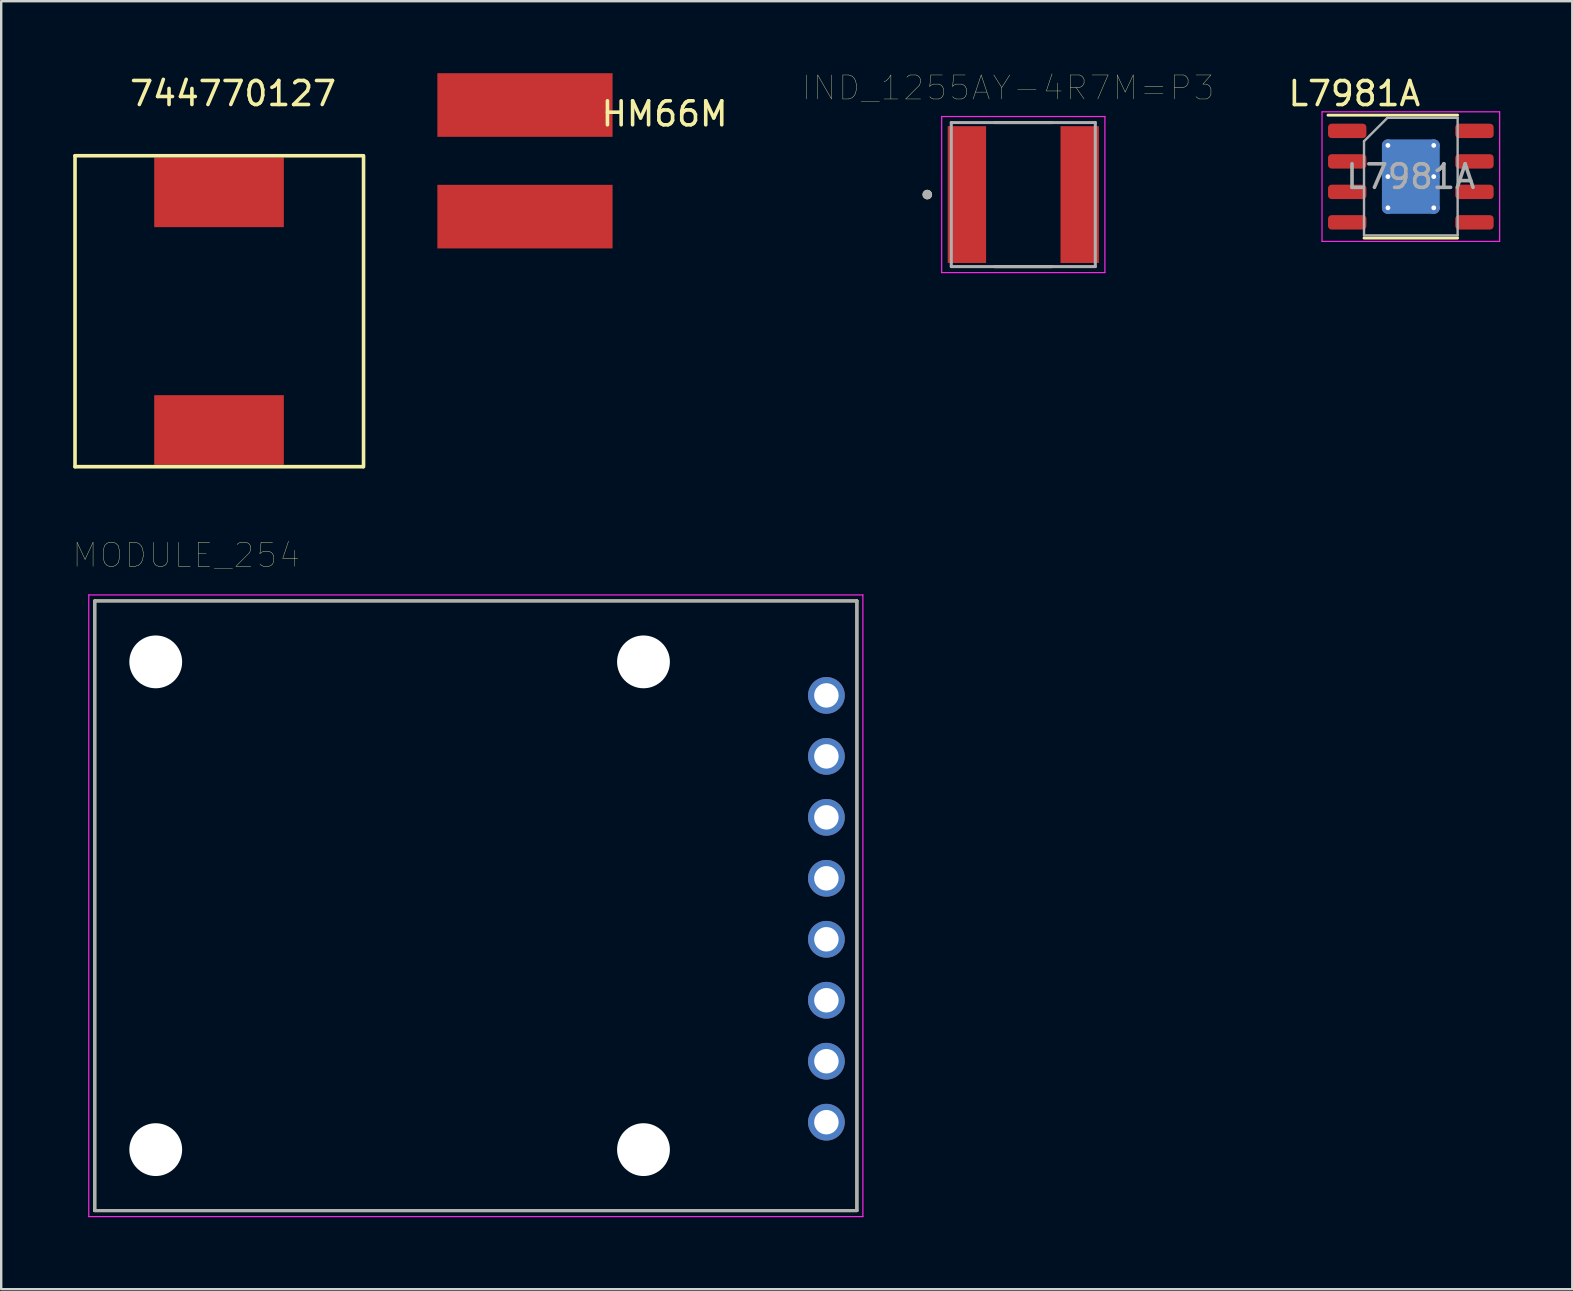
<source format=kicad_pcb>
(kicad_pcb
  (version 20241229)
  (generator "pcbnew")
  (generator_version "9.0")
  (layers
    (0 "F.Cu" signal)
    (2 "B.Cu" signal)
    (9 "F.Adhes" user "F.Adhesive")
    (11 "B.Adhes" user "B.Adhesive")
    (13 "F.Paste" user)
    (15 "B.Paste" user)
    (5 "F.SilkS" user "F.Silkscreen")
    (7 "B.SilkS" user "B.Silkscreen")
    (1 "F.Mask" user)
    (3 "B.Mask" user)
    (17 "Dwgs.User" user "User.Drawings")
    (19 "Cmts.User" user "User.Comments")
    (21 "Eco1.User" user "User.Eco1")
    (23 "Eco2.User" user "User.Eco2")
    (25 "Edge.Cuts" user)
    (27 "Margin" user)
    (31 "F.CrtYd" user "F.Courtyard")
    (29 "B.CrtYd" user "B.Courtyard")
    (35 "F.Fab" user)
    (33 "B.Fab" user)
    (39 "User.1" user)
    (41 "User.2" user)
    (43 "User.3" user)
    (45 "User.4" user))
  (footprint "744770127"
    (layer "F.Cu")
    (at 6.075 4.963)
    (property "Reference" "744770127" (at 0.584 -4.115 0) (layer "F.SilkS") (effects (font (size 1 1) (thickness 0.15))))
    (attr through_hole)
    (fp_line (start -6 -1.524) (end 6 -1.524) (stroke (width 0.15) (type solid)) (layer "F.SilkS"))
    (fp_line (start -6 11.43) (end -6 -1.524) (stroke (width 0.15) (type solid)) (layer "F.SilkS"))
    (fp_line (start -6 11.43) (end 6 11.43) (stroke (width 0.15) (type solid)) (layer "F.SilkS"))
    (fp_line (start 6.02 11.43) (end 6.02 -1.524) (stroke (width 0.15) (type solid)) (layer "F.SilkS"))
    (pad "1" smd rect (at 0 0) (size 5.4 2.9) (layers "F.Cu" "F.Mask" "F.Paste"))
    (pad "2" smd rect (at 0 9.9) (size 5.4 2.9) (layers "F.Cu" "F.Mask" "F.Paste")))
  (footprint "MODULE_254"
    (layer "F.Cu")
    (at 16.773 34.684)
    (property "Reference" "MODULE_254" (at -12.065 -14.605 0) (layer "F.SilkS") (effects (font (size 1 1) (thickness 0.015))))
    (attr through_hole)
    (fp_line (start -15.875 -12.7) (end 15.875 -12.7) (stroke (width 0.127) (type solid)) (layer "F.SilkS"))
    (fp_line (start -15.875 12.7) (end -15.875 -12.7) (stroke (width 0.127) (type solid)) (layer "F.SilkS"))
    (fp_line (start 15.875 -12.7) (end 15.875 12.7) (stroke (width 0.127) (type solid)) (layer "F.SilkS"))
    (fp_line (start 15.875 12.7) (end -15.875 12.7) (stroke (width 0.127) (type solid)) (layer "F.SilkS"))
    (fp_line (start -16.125 -12.95) (end 16.125 -12.95) (stroke (width 0.05) (type solid)) (layer "F.CrtYd"))
    (fp_line (start -16.125 12.95) (end -16.125 -12.95) (stroke (width 0.05) (type solid)) (layer "F.CrtYd"))
    (fp_line (start 16.125 -12.95) (end 16.125 12.95) (stroke (width 0.05) (type solid)) (layer "F.CrtYd"))
    (fp_line (start 16.125 12.95) (end -16.125 12.95) (stroke (width 0.05) (type solid)) (layer "F.CrtYd"))
    (fp_line (start -15.875 -12.7) (end 15.875 -12.7) (stroke (width 0.127) (type solid)) (layer "F.Fab"))
    (fp_line (start -15.875 12.7) (end -15.875 -12.7) (stroke (width 0.127) (type solid)) (layer "F.Fab"))
    (fp_line (start 15.875 -12.7) (end 15.875 12.7) (stroke (width 0.127) (type solid)) (layer "F.Fab"))
    (fp_line (start 15.875 12.7) (end -15.875 12.7) (stroke (width 0.127) (type solid)) (layer "F.Fab"))
    (pad "" np_thru_hole circle (at -13.335 -10.16) (size 2.2 2.2) (drill 2.2) (layers "*.Cu" "*.Mask"))
    (pad "" np_thru_hole circle (at -13.335 10.16) (size 2.2 2.2) (drill 2.2) (layers "*.Cu" "*.Mask"))
    (pad "" np_thru_hole circle (at 6.985 -10.16) (size 2.2 2.2) (drill 2.2) (layers "*.Cu" "*.Mask"))
    (pad "" np_thru_hole circle (at 6.985 10.16) (size 2.2 2.2) (drill 2.2) (layers "*.Cu" "*.Mask"))
    (pad "3V" thru_hole circle (at 14.605 6.477) (size 1.53 1.53) (drill 1.02) (layers "*.Cu" "*.Mask"))
    (pad "5V" thru_hole circle (at 14.605 9.017) (size 1.53 1.53) (drill 1.02) (layers "*.Cu" "*.Mask"))
    (pad "CD" thru_hole circle (at 14.605 -8.763) (size 1.53 1.53) (drill 1.02) (layers "*.Cu" "*.Mask"))
    (pad "CLK" thru_hole circle (at 14.605 1.397) (size 1.53 1.53) (drill 1.02) (layers "*.Cu" "*.Mask"))
    (pad "CS" thru_hole circle (at 14.605 -6.223) (size 1.53 1.53) (drill 1.02) (layers "*.Cu" "*.Mask"))
    (pad "DI" thru_hole circle (at 14.605 -3.683) (size 1.53 1.53) (drill 1.02) (layers "*.Cu" "*.Mask"))
    (pad "DO" thru_hole circle (at 14.605 -1.143) (size 1.53 1.53) (drill 1.02) (layers "*.Cu" "*.Mask"))
    (pad "GND" thru_hole circle (at 14.605 3.937) (size 1.53 1.53) (drill 1.02) (layers "*.Cu" "*.Mask")))
  (footprint "L7981A"
    (layer "F.Cu")
    (at 55.421 3.546)
    (property "Reference" "L7981A" (at -2.047 -2.697 0) (layer "F.SilkS") (effects (font (size 1 1) (thickness 0.15))))
    (attr through_hole)
    (fp_line (start -3.145 -1.798) (end 2.255 -1.798) (stroke (width 0.12) (type solid)) (layer "F.SilkS"))
    (fp_line (start -1.645 3.322) (end 2.255 3.322) (stroke (width 0.12) (type solid)) (layer "F.SilkS"))
    (fp_line (start -3.395 -1.938) (end -3.395 3.462) (stroke (width 0.05) (type solid)) (layer "F.CrtYd"))
    (fp_line (start -3.395 3.462) (end 4.005 3.462) (stroke (width 0.05) (type solid)) (layer "F.CrtYd"))
    (fp_line (start 4.005 -1.938) (end -3.395 -1.938) (stroke (width 0.05) (type solid)) (layer "F.CrtYd"))
    (fp_line (start 4.005 3.462) (end 4.005 -1.938) (stroke (width 0.05) (type solid)) (layer "F.CrtYd"))
    (fp_line (start -1.645 -0.713) (end -0.67 -1.688) (stroke (width 0.1) (type solid)) (layer "F.Fab"))
    (fp_line (start -1.645 3.212) (end -1.645 -0.713) (stroke (width 0.1) (type solid)) (layer "F.Fab"))
    (fp_line (start -0.67 -1.688) (end 2.255 -1.688) (stroke (width 0.1) (type solid)) (layer "F.Fab"))
    (fp_line (start 2.255 -1.688) (end 2.255 3.212) (stroke (width 0.1) (type solid)) (layer "F.Fab"))
    (fp_line (start 2.255 3.212) (end -1.645 3.212) (stroke (width 0.1) (type solid)) (layer "F.Fab"))
    (fp_text user "${REFERENCE}" (at 0.305 0.762 0) (layer "F.Fab") (effects (font (size 0.98 0.98) (thickness 0.15))))
    (pad "" smd roundrect (at -0.295 -0.013) (size 0.97 1.25) (layers "F.Paste") (roundrect_rratio 0.25))
    (pad "" smd roundrect (at -0.295 1.537) (size 0.97 1.25) (layers "F.Paste") (roundrect_rratio 0.25))
    (pad "" smd roundrect (at 0.905 -0.013) (size 0.97 1.25) (layers "F.Paste") (roundrect_rratio 0.25))
    (pad "" smd roundrect (at 0.905 1.537) (size 0.97 1.25) (layers "F.Paste") (roundrect_rratio 0.25))
    (pad "1" smd roundrect (at -2.345 -1.143) (size 1.6 0.6) (layers "F.Cu" "F.Mask" "F.Paste") (roundrect_rratio 0.25))
    (pad "2" smd roundrect (at -2.345 0.127) (size 1.6 0.6) (layers "F.Cu" "F.Mask" "F.Paste") (roundrect_rratio 0.25))
    (pad "3" smd roundrect (at -2.345 1.397) (size 1.6 0.6) (layers "F.Cu" "F.Mask" "F.Paste") (roundrect_rratio 0.25))
    (pad "4" smd roundrect (at -2.345 2.667) (size 1.6 0.6) (layers "F.Cu" "F.Mask" "F.Paste") (roundrect_rratio 0.25))
    (pad "5" smd roundrect (at 2.955 2.667) (size 1.6 0.6) (layers "F.Cu" "F.Mask" "F.Paste") (roundrect_rratio 0.25))
    (pad "6" smd roundrect (at 2.955 1.397) (size 1.6 0.6) (layers "F.Cu" "F.Mask" "F.Paste") (roundrect_rratio 0.25))
    (pad "7" smd roundrect (at 2.955 0.127) (size 1.6 0.6) (layers "F.Cu" "F.Mask" "F.Paste") (roundrect_rratio 0.25))
    (pad "8" smd roundrect (at 2.955 -1.143) (size 1.6 0.6) (layers "F.Cu" "F.Mask" "F.Paste") (roundrect_rratio 0.25))
    (pad "9" thru_hole circle (at -0.65 -0.538) (size 0.5 0.5) (drill 0.2) (layers "*.Cu"))
    (pad "9" thru_hole circle (at -0.65 0.762) (size 0.5 0.5) (drill 0.2) (layers "*.Cu"))
    (pad "9" thru_hole circle (at -0.65 2.062) (size 0.5 0.5) (drill 0.2) (layers "*.Cu"))
    (pad "9" smd roundrect (at 0.305 0.762) (size 2.3 2.3) (layers "F.Cu" "F.Mask") (roundrect_rratio 0.104))
    (pad "9" smd roundrect (at 0.305 0.762) (size 2.41 3.1) (layers "B.Cu") (roundrect_rratio 0.104))
    (pad "9" thru_hole circle (at 1.26 -0.538) (size 0.5 0.5) (drill 0.2) (layers "*.Cu"))
    (pad "9" thru_hole circle (at 1.26 0.762) (size 0.5 0.5) (drill 0.2) (layers "*.Cu"))
    (pad "9" thru_hole circle (at 1.26 2.062) (size 0.5 0.5) (drill 0.2) (layers "*.Cu")))
  (footprint "IND_1255AY-4R7M=P3"
    (layer "F.Cu")
    (at 39.581 5.056)
    (property "Reference" "IND_1255AY-4R7M=P3" (at -0.635 -4.445 0) (layer "F.SilkS") (effects (font (size 1 1) (thickness 0.015))))
    (attr through_hole)
    (fp_line (start -1.2 -3) (end 1.2 -3) (stroke (width 0.127) (type solid)) (layer "F.SilkS"))
    (fp_line (start -1.2 3) (end 1.2 3) (stroke (width 0.127) (type solid)) (layer "F.SilkS"))
    (fp_circle (center -4 0) (end -3.9 0) (stroke (width 0.2) (type solid)) (fill no) (layer "F.SilkS"))
    (fp_line (start -3.4 -3.25) (end 3.4 -3.25) (stroke (width 0.05) (type solid)) (layer "F.CrtYd"))
    (fp_line (start -3.4 3.25) (end -3.4 -3.25) (stroke (width 0.05) (type solid)) (layer "F.CrtYd"))
    (fp_line (start 3.4 -3.25) (end 3.4 3.25) (stroke (width 0.05) (type solid)) (layer "F.CrtYd"))
    (fp_line (start 3.4 3.25) (end -3.4 3.25) (stroke (width 0.05) (type solid)) (layer "F.CrtYd"))
    (fp_line (start -3 -3) (end 3 -3) (stroke (width 0.127) (type solid)) (layer "F.Fab"))
    (fp_line (start -3 3) (end -3 -3) (stroke (width 0.127) (type solid)) (layer "F.Fab"))
    (fp_line (start 3 -3) (end 3 3) (stroke (width 0.127) (type solid)) (layer "F.Fab"))
    (fp_line (start 3 3) (end -3 3) (stroke (width 0.127) (type solid)) (layer "F.Fab"))
    (fp_circle (center -4 0) (end -3.9 0) (stroke (width 0.2) (type solid)) (fill no) (layer "F.Fab"))
    (pad "1" smd rect (at -2.35 0) (size 1.6 5.7) (layers "F.Cu" "F.Mask" "F.Paste"))
    (pad "2" smd rect (at 2.35 0) (size 1.6 5.7) (layers "F.Cu" "F.Mask" "F.Paste")))
  (footprint "HM66M"
    (layer "F.Cu")
    (at 18.82 3.65)
    (property "Reference" "HM66M" (at 5.817 -1.956 0) (layer "F.SilkS") (effects (font (size 1 1) (thickness 0.15))))
    (attr through_hole)
    (pad "1" smd rect (at 0 -2.325 270) (size 2.65 7.3) (layers "F.Cu" "F.Mask" "F.Paste"))
    (pad "2" smd rect (at 0 2.325 270) (size 2.65 7.3) (layers "F.Cu" "F.Mask" "F.Paste")))
  (gr_rect
    (start -3 -3)
    (end 62.451 50.659)
    (stroke (width 0.1) (type default))
    (fill no)
    (layer "Edge.Cuts")))
</source>
